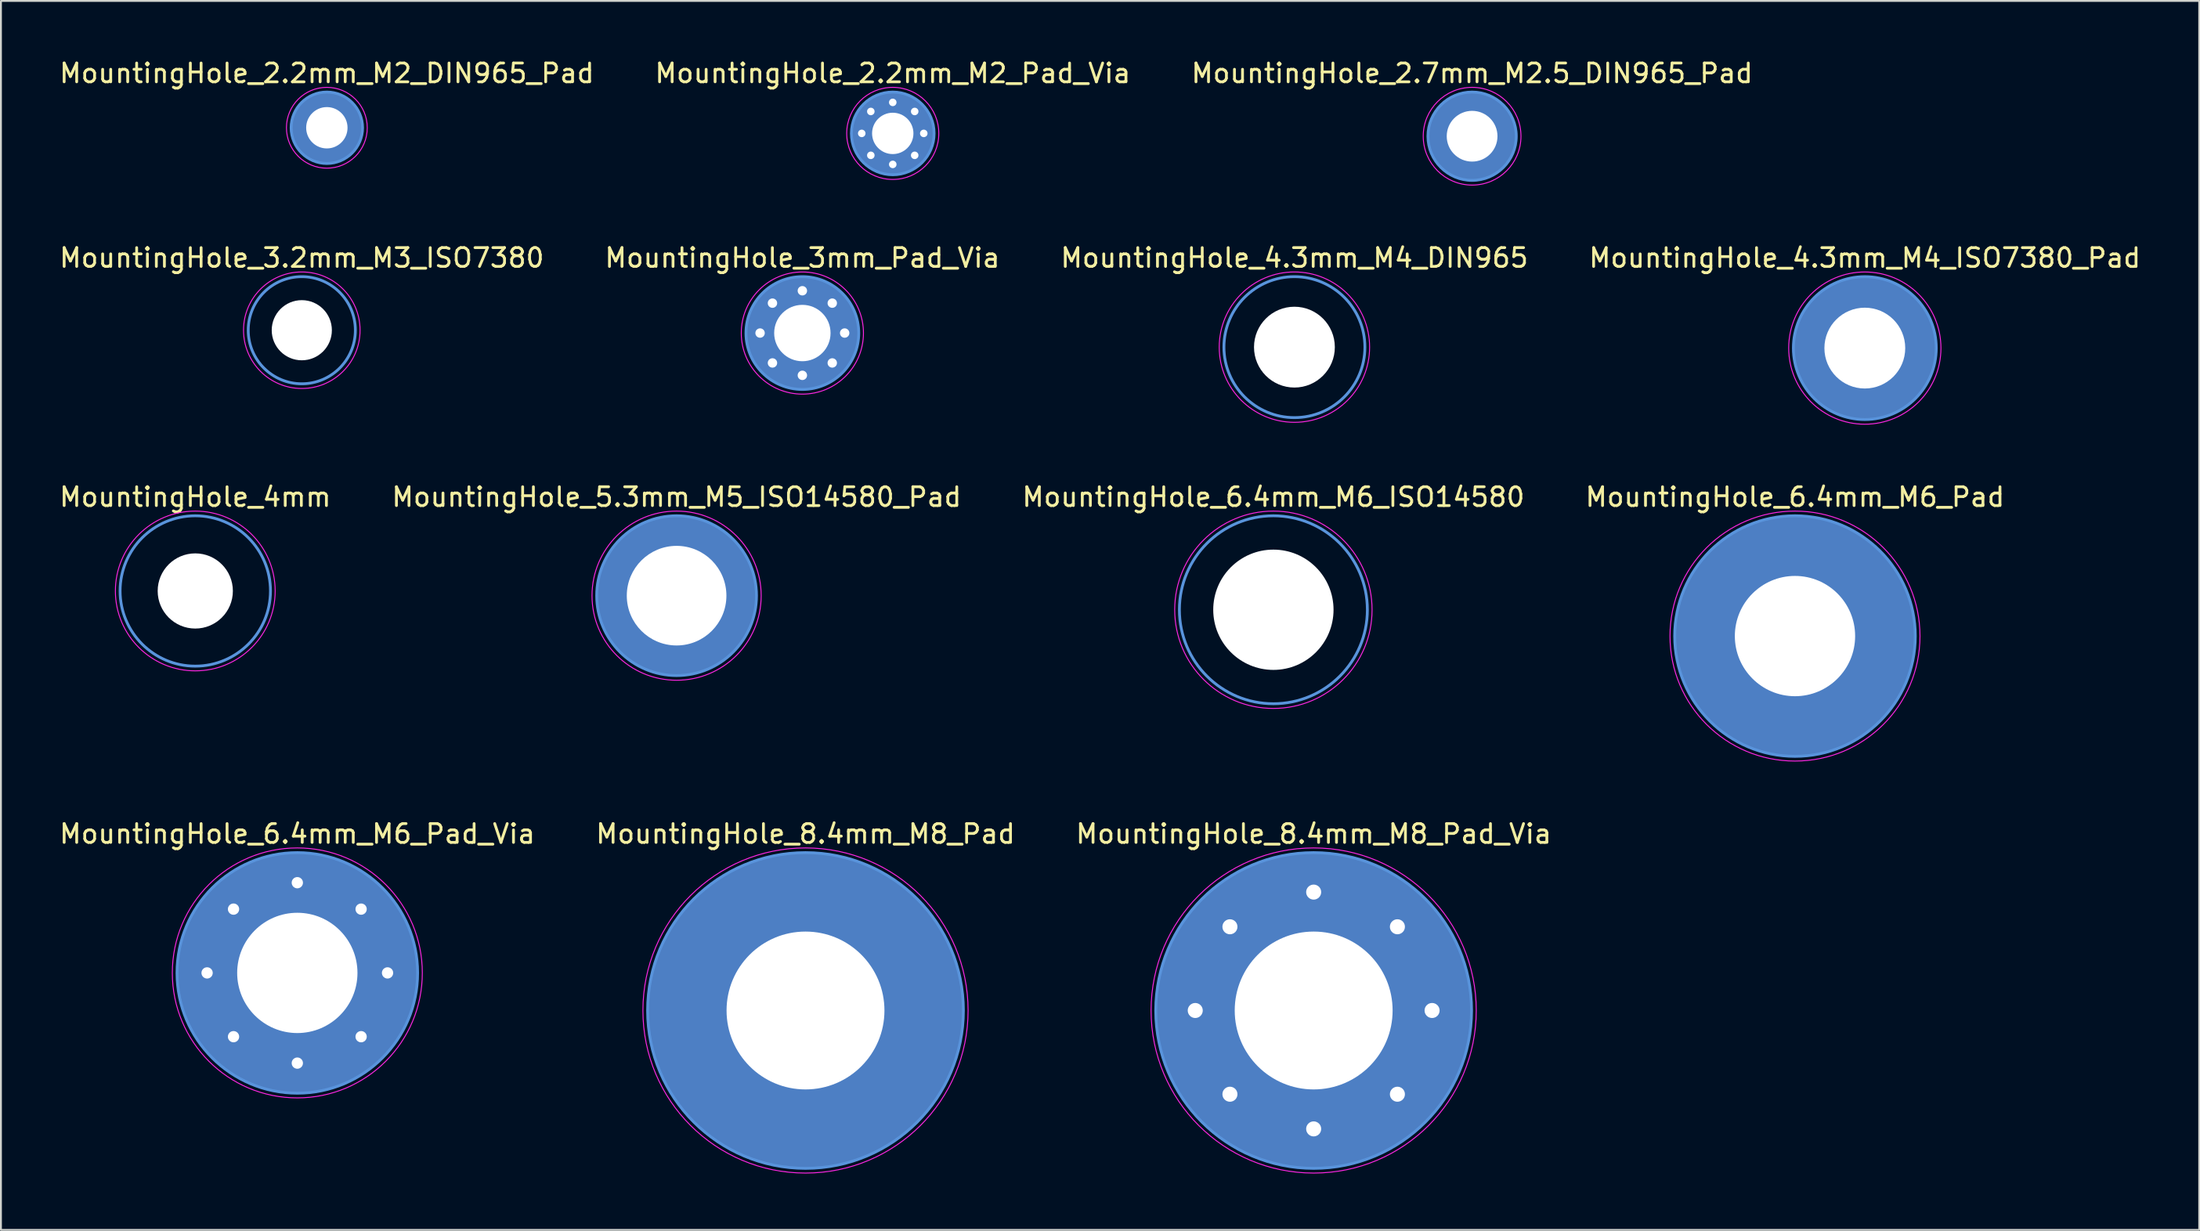
<source format=kicad_pcb>
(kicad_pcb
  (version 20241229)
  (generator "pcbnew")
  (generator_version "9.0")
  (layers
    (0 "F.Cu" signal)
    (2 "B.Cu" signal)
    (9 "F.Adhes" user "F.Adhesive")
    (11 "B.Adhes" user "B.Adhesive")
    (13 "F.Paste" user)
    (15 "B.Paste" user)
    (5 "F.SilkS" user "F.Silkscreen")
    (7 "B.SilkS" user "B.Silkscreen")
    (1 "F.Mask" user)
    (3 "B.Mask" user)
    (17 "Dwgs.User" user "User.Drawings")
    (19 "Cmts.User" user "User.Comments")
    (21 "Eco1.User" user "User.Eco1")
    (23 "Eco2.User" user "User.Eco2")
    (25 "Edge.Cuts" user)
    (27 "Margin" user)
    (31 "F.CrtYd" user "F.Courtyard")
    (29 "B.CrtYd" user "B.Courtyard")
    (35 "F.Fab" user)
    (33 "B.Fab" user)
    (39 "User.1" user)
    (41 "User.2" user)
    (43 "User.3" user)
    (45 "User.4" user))
  (footprint "MountingHole_8.4mm_M8_Pad"
    (layer "F.Cu")
    (at 39.804 50.718)
    (property "Reference" "MountingHole_8.4mm_M8_Pad" (at 0 -9.4 0) (layer "F.SilkS") (effects (font (size 1 1) (thickness 0.15))))
    (attr through_hole)
    (fp_circle (center 0 0) (end 8.4 0) (stroke (width 0.15) (type solid)) (fill no) (layer "Cmts.User"))
    (fp_circle (center 0 0) (end 8.65 0) (stroke (width 0.05) (type solid)) (fill no) (layer "F.CrtYd"))
    (pad "1" thru_hole circle (at 0 0) (size 16.8 16.8) (drill 8.4) (layers "*.Cu" "*.Mask")))
  (footprint "MountingHole_4mm"
    (layer "F.Cu")
    (at 7.339 28.395)
    (property "Reference" "MountingHole_4mm" (at 0 -5 0) (layer "F.SilkS") (effects (font (size 1 1) (thickness 0.15))))
    (attr through_hole)
    (fp_circle (center 0 0) (end 4 0) (stroke (width 0.15) (type solid)) (fill no) (layer "Cmts.User"))
    (fp_circle (center 0 0) (end 4.25 0) (stroke (width 0.05) (type solid)) (fill no) (layer "F.CrtYd"))
    (pad "" np_thru_hole circle (at 0 0) (size 4 4) (drill 4) (layers "*.Cu" "*.Mask")))
  (footprint "MountingHole_3mm_Pad_Via"
    (layer "F.Cu")
    (at 39.637 14.671)
    (property "Reference" "MountingHole_3mm_Pad_Via" (at 0 -4 0) (layer "F.SilkS") (effects (font (size 1 1) (thickness 0.15))))
    (attr through_hole)
    (fp_circle (center 0 0) (end 3 0) (stroke (width 0.15) (type solid)) (fill no) (layer "Cmts.User"))
    (fp_circle (center 0 0) (end 3.25 0) (stroke (width 0.05) (type solid)) (fill no) (layer "F.CrtYd"))
    (pad "" thru_hole circle (at -2.25 0) (size 0.6 0.6) (drill 0.5) (layers "*.Cu" "*.Mask"))
    (pad "" thru_hole circle (at -1.591 -1.591) (size 0.6 0.6) (drill 0.5) (layers "*.Cu" "*.Mask"))
    (pad "" thru_hole circle (at -1.591 1.591) (size 0.6 0.6) (drill 0.5) (layers "*.Cu" "*.Mask"))
    (pad "" thru_hole circle (at 0 -2.25) (size 0.6 0.6) (drill 0.5) (layers "*.Cu" "*.Mask"))
    (pad "" thru_hole circle (at 0 2.25) (size 0.6 0.6) (drill 0.5) (layers "*.Cu" "*.Mask"))
    (pad "" thru_hole circle (at 1.591 -1.591) (size 0.6 0.6) (drill 0.5) (layers "*.Cu" "*.Mask"))
    (pad "" thru_hole circle (at 1.591 1.591) (size 0.6 0.6) (drill 0.5) (layers "*.Cu" "*.Mask"))
    (pad "" thru_hole circle (at 2.25 0) (size 0.6 0.6) (drill 0.5) (layers "*.Cu" "*.Mask"))
    (pad "1" thru_hole circle (at 0 0) (size 6 6) (drill 3) (layers "*.Cu" "*.Mask")))
  (footprint "MountingHole_2.7mm_M2.5_DIN965_Pad"
    (layer "F.Cu")
    (at 75.268 4.198)
    (property "Reference" "MountingHole_2.7mm_M2.5_DIN965_Pad" (at 0 -3.35 0) (layer "F.SilkS") (effects (font (size 1 1) (thickness 0.15))))
    (attr through_hole)
    (fp_circle (center 0 0) (end 2.35 0) (stroke (width 0.15) (type solid)) (fill no) (layer "Cmts.User"))
    (fp_circle (center 0 0) (end 2.6 0) (stroke (width 0.05) (type solid)) (fill no) (layer "F.CrtYd"))
    (pad "1" thru_hole circle (at 0 0) (size 4.7 4.7) (drill 2.7) (layers "*.Cu" "*.Mask")))
  (footprint "MountingHole_6.4mm_M6_Pad"
    (layer "F.Cu")
    (at 92.446 30.795)
    (property "Reference" "MountingHole_6.4mm_M6_Pad" (at 0 -7.4 0) (layer "F.SilkS") (effects (font (size 1 1) (thickness 0.15))))
    (attr through_hole)
    (fp_circle (center 0 0) (end 6.4 0) (stroke (width 0.15) (type solid)) (fill no) (layer "Cmts.User"))
    (fp_circle (center 0 0) (end 6.65 0) (stroke (width 0.05) (type solid)) (fill no) (layer "F.CrtYd"))
    (pad "1" thru_hole circle (at 0 0) (size 12.8 12.8) (drill 6.4) (layers "*.Cu" "*.Mask")))
  (footprint "MountingHole_4.3mm_M4_DIN965"
    (layer "F.Cu")
    (at 65.815 15.421)
    (property "Reference" "MountingHole_4.3mm_M4_DIN965" (at 0 -4.75 0) (layer "F.SilkS") (effects (font (size 1 1) (thickness 0.15))))
    (attr through_hole)
    (fp_circle (center 0 0) (end 3.75 0) (stroke (width 0.15) (type solid)) (fill no) (layer "Cmts.User"))
    (fp_circle (center 0 0) (end 4 0) (stroke (width 0.05) (type solid)) (fill no) (layer "F.CrtYd"))
    (pad "" np_thru_hole circle (at 0 0) (size 4.3 4.3) (drill 4.3) (layers "*.Cu" "*.Mask")))
  (footprint "MountingHole_5.3mm_M5_ISO14580_Pad"
    (layer "F.Cu")
    (at 32.946 28.645)
    (property "Reference" "MountingHole_5.3mm_M5_ISO14580_Pad" (at 0 -5.25 0) (layer "F.SilkS") (effects (font (size 1 1) (thickness 0.15))))
    (attr through_hole)
    (fp_circle (center 0 0) (end 4.25 0) (stroke (width 0.15) (type solid)) (fill no) (layer "Cmts.User"))
    (fp_circle (center 0 0) (end 4.5 0) (stroke (width 0.05) (type solid)) (fill no) (layer "F.CrtYd"))
    (pad "1" thru_hole circle (at 0 0) (size 8.5 8.5) (drill 5.3) (layers "*.Cu" "*.Mask")))
  (footprint "MountingHole_8.4mm_M8_Pad_Via"
    (layer "F.Cu")
    (at 66.839 50.718)
    (property "Reference" "MountingHole_8.4mm_M8_Pad_Via" (at 0 -9.4 0) (layer "F.SilkS") (effects (font (size 1 1) (thickness 0.15))))
    (attr through_hole)
    (fp_circle (center 0 0) (end 8.4 0) (stroke (width 0.15) (type solid)) (fill no) (layer "Cmts.User"))
    (fp_circle (center 0 0) (end 8.65 0) (stroke (width 0.05) (type solid)) (fill no) (layer "F.CrtYd"))
    (pad "" thru_hole circle (at -6.3 0) (size 0.9 0.9) (drill 0.8) (layers "*.Cu" "*.Mask"))
    (pad "" thru_hole circle (at -4.455 -4.455) (size 0.9 0.9) (drill 0.8) (layers "*.Cu" "*.Mask"))
    (pad "" thru_hole circle (at -4.455 4.455) (size 0.9 0.9) (drill 0.8) (layers "*.Cu" "*.Mask"))
    (pad "" thru_hole circle (at 0 -6.3) (size 0.9 0.9) (drill 0.8) (layers "*.Cu" "*.Mask"))
    (pad "" thru_hole circle (at 0 6.3) (size 0.9 0.9) (drill 0.8) (layers "*.Cu" "*.Mask"))
    (pad "" thru_hole circle (at 4.455 -4.455) (size 0.9 0.9) (drill 0.8) (layers "*.Cu" "*.Mask"))
    (pad "" thru_hole circle (at 4.455 4.455) (size 0.9 0.9) (drill 0.8) (layers "*.Cu" "*.Mask"))
    (pad "" thru_hole circle (at 6.3 0) (size 0.9 0.9) (drill 0.8) (layers "*.Cu" "*.Mask"))
    (pad "1" thru_hole circle (at 0 0) (size 16.8 16.8) (drill 8.4) (layers "*.Cu" "*.Mask")))
  (footprint "MountingHole_6.4mm_M6_ISO14580"
    (layer "F.Cu")
    (at 64.696 29.395)
    (property "Reference" "MountingHole_6.4mm_M6_ISO14580" (at 0 -6 0) (layer "F.SilkS") (effects (font (size 1 1) (thickness 0.15))))
    (attr through_hole)
    (fp_circle (center 0 0) (end 5 0) (stroke (width 0.15) (type solid)) (fill no) (layer "Cmts.User"))
    (fp_circle (center 0 0) (end 5.25 0) (stroke (width 0.05) (type solid)) (fill no) (layer "F.CrtYd"))
    (pad "" np_thru_hole circle (at 0 0) (size 6.4 6.4) (drill 6.4) (layers "*.Cu" "*.Mask")))
  (footprint "MountingHole_6.4mm_M6_Pad_Via"
    (layer "F.Cu")
    (at 12.768 48.718)
    (property "Reference" "MountingHole_6.4mm_M6_Pad_Via" (at 0 -7.4 0) (layer "F.SilkS") (effects (font (size 1 1) (thickness 0.15))))
    (attr through_hole)
    (fp_circle (center 0 0) (end 6.4 0) (stroke (width 0.15) (type solid)) (fill no) (layer "Cmts.User"))
    (fp_circle (center 0 0) (end 6.65 0) (stroke (width 0.05) (type solid)) (fill no) (layer "F.CrtYd"))
    (pad "" thru_hole circle (at -4.8 0) (size 0.7 0.7) (drill 0.6) (layers "*.Cu" "*.Mask"))
    (pad "" thru_hole circle (at -3.394 -3.394) (size 0.7 0.7) (drill 0.6) (layers "*.Cu" "*.Mask"))
    (pad "" thru_hole circle (at -3.394 3.394) (size 0.7 0.7) (drill 0.6) (layers "*.Cu" "*.Mask"))
    (pad "" thru_hole circle (at 0 -4.8) (size 0.7 0.7) (drill 0.6) (layers "*.Cu" "*.Mask"))
    (pad "" thru_hole circle (at 0 4.8) (size 0.7 0.7) (drill 0.6) (layers "*.Cu" "*.Mask"))
    (pad "" thru_hole circle (at 3.394 -3.394) (size 0.7 0.7) (drill 0.6) (layers "*.Cu" "*.Mask"))
    (pad "" thru_hole circle (at 3.394 3.394) (size 0.7 0.7) (drill 0.6) (layers "*.Cu" "*.Mask"))
    (pad "" thru_hole circle (at 4.8 0) (size 0.7 0.7) (drill 0.6) (layers "*.Cu" "*.Mask"))
    (pad "1" thru_hole circle (at 0 0) (size 12.8 12.8) (drill 6.4) (layers "*.Cu" "*.Mask")))
  (footprint "MountingHole_4.3mm_M4_ISO7380_Pad"
    (layer "F.Cu")
    (at 96.161 15.472)
    (property "Reference" "MountingHole_4.3mm_M4_ISO7380_Pad" (at 0 -4.8 0) (layer "F.SilkS") (effects (font (size 1 1) (thickness 0.15))))
    (attr through_hole)
    (fp_circle (center 0 0) (end 3.8 0) (stroke (width 0.15) (type solid)) (fill no) (layer "Cmts.User"))
    (fp_circle (center 0 0) (end 4.05 0) (stroke (width 0.05) (type solid)) (fill no) (layer "F.CrtYd"))
    (pad "1" thru_hole circle (at 0 0) (size 7.6 7.6) (drill 4.3) (layers "*.Cu" "*.Mask")))
  (footprint "MountingHole_2.2mm_M2_DIN965_Pad"
    (layer "F.Cu")
    (at 14.339 3.748)
    (property "Reference" "MountingHole_2.2mm_M2_DIN965_Pad" (at 0 -2.9 0) (layer "F.SilkS") (effects (font (size 1 1) (thickness 0.15))))
    (attr through_hole)
    (fp_circle (center 0 0) (end 1.9 0) (stroke (width 0.15) (type solid)) (fill no) (layer "Cmts.User"))
    (fp_circle (center 0 0) (end 2.15 0) (stroke (width 0.05) (type solid)) (fill no) (layer "F.CrtYd"))
    (pad "1" thru_hole circle (at 0 0) (size 3.8 3.8) (drill 2.2) (layers "*.Cu" "*.Mask")))
  (footprint "MountingHole_3.2mm_M3_ISO7380"
    (layer "F.Cu")
    (at 13.006 14.521)
    (property "Reference" "MountingHole_3.2mm_M3_ISO7380" (at 0 -3.85 0) (layer "F.SilkS") (effects (font (size 1 1) (thickness 0.15))))
    (attr through_hole)
    (fp_circle (center 0 0) (end 2.85 0) (stroke (width 0.15) (type solid)) (fill no) (layer "Cmts.User"))
    (fp_circle (center 0 0) (end 3.1 0) (stroke (width 0.05) (type solid)) (fill no) (layer "F.CrtYd"))
    (pad "" np_thru_hole circle (at 0 0) (size 3.2 3.2) (drill 3.2) (layers "*.Cu" "*.Mask")))
  (footprint "MountingHole_2.2mm_M2_Pad_Via"
    (layer "F.Cu")
    (at 44.446 4.048)
    (property "Reference" "MountingHole_2.2mm_M2_Pad_Via" (at 0 -3.2 0) (layer "F.SilkS") (effects (font (size 1 1) (thickness 0.15))))
    (attr through_hole)
    (fp_circle (center 0 0) (end 2.2 0) (stroke (width 0.15) (type solid)) (fill no) (layer "Cmts.User"))
    (fp_circle (center 0 0) (end 2.45 0) (stroke (width 0.05) (type solid)) (fill no) (layer "F.CrtYd"))
    (pad "" thru_hole circle (at -1.65 0) (size 0.6 0.6) (drill 0.4) (layers "*.Cu" "*.Mask"))
    (pad "" thru_hole circle (at -1.167 -1.167) (size 0.6 0.6) (drill 0.4) (layers "*.Cu" "*.Mask"))
    (pad "" thru_hole circle (at -1.167 1.167) (size 0.6 0.6) (drill 0.4) (layers "*.Cu" "*.Mask"))
    (pad "" thru_hole circle (at 0 -1.65) (size 0.6 0.6) (drill 0.4) (layers "*.Cu" "*.Mask"))
    (pad "" thru_hole circle (at 0 1.65) (size 0.6 0.6) (drill 0.4) (layers "*.Cu" "*.Mask"))
    (pad "" thru_hole circle (at 1.167 -1.167) (size 0.6 0.6) (drill 0.4) (layers "*.Cu" "*.Mask"))
    (pad "" thru_hole circle (at 1.167 1.167) (size 0.6 0.6) (drill 0.4) (layers "*.Cu" "*.Mask"))
    (pad "" thru_hole circle (at 1.65 0) (size 0.6 0.6) (drill 0.4) (layers "*.Cu" "*.Mask"))
    (pad "1" thru_hole circle (at 0 0) (size 4.4 4.4) (drill 2.2) (layers "*.Cu" "*.Mask")))
  (gr_rect
    (start -3 -3)
    (end 113.952 62.393)
    (stroke (width 0.1) (type default))
    (fill no)
    (layer "Edge.Cuts")))
</source>
